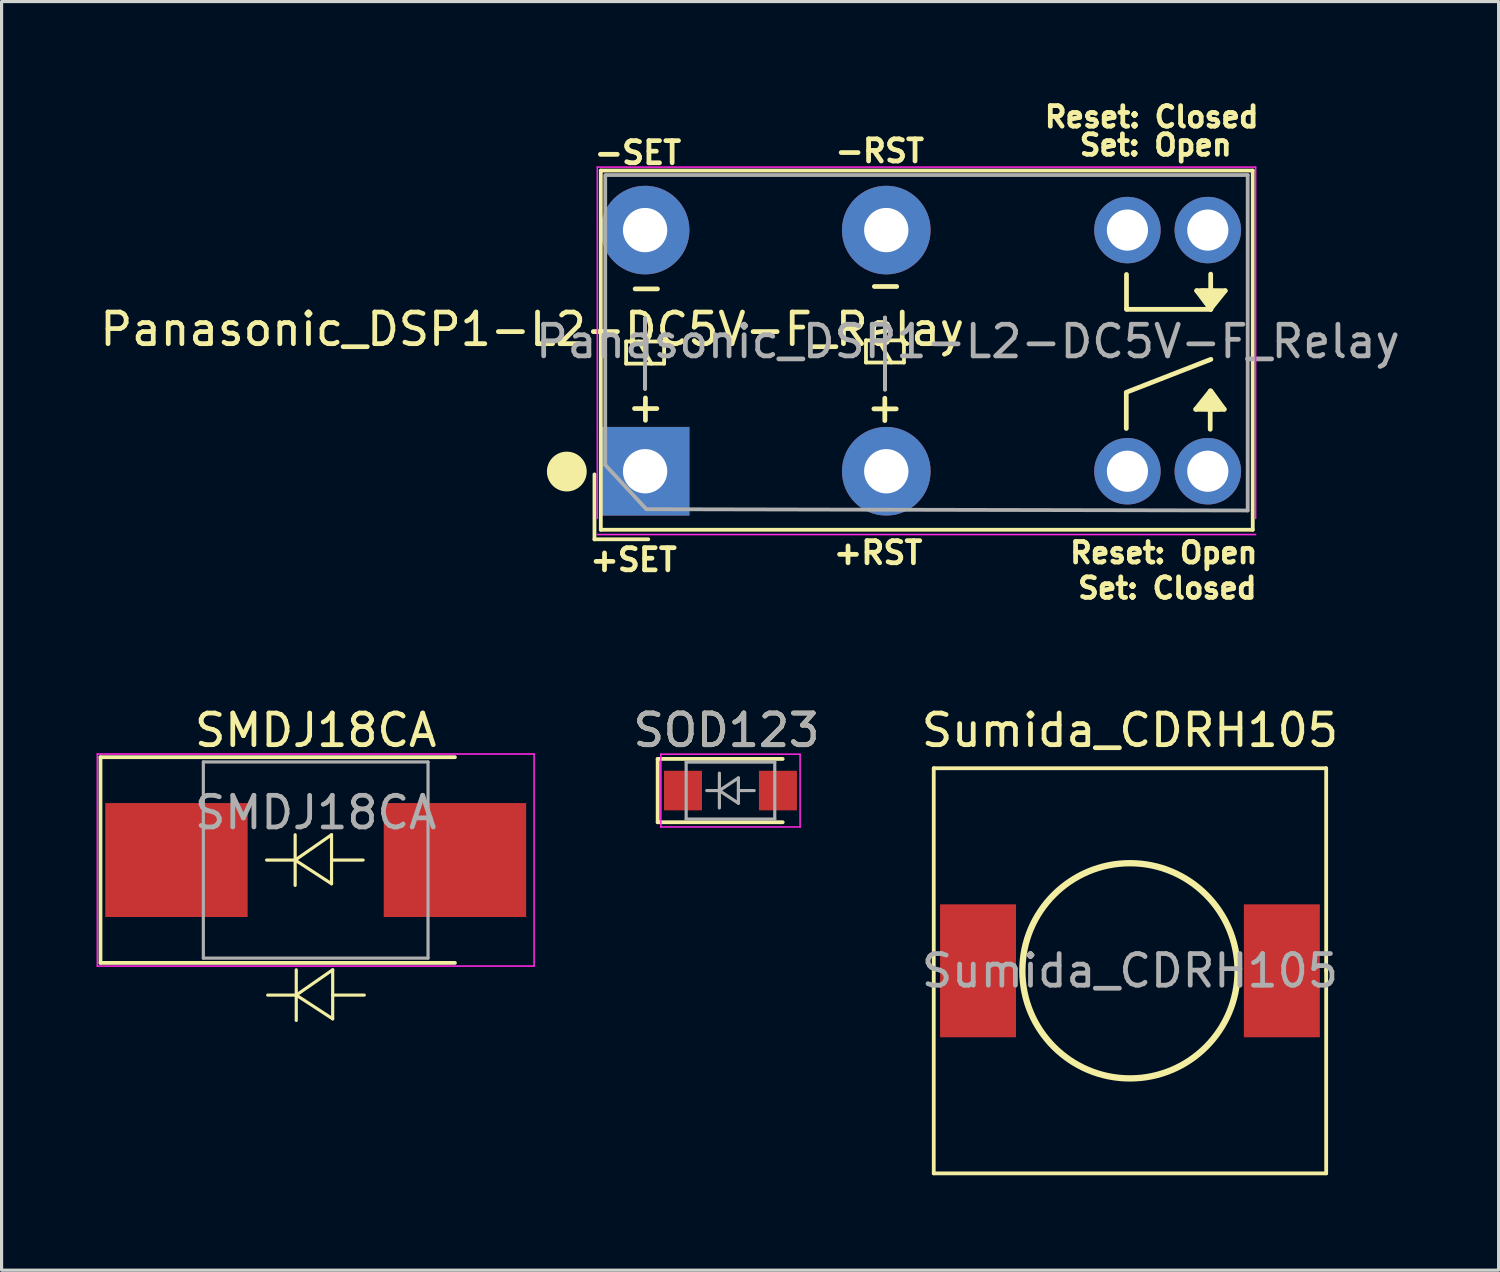
<source format=kicad_pcb>
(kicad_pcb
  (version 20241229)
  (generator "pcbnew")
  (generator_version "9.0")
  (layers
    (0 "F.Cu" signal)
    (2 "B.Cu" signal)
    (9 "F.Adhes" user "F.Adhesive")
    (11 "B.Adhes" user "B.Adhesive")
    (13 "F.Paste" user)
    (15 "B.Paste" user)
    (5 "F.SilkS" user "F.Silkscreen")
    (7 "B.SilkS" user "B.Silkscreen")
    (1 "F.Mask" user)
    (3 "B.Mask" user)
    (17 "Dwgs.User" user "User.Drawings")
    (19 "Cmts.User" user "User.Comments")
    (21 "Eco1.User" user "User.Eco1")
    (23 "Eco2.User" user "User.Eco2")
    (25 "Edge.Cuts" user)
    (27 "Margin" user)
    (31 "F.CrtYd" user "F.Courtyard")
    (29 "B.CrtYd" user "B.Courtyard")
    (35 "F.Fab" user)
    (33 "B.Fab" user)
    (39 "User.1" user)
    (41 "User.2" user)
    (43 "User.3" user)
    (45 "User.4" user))
  (footprint "SOD123"
    (layer "F.Cu")
    (at 20.031 21.93)
    (property "Reference" "SOD123" (at -0.127 -1.905 0) (layer "F.SilkS") (effects (font (size 1 1) (thickness 0.15))))
    (attr smd)
    (fp_line (start -2.301 -1) (end 1.65 -1) (stroke (width 0.12) (type solid)) (layer "F.SilkS"))
    (fp_line (start -2.301 1) (end 1.65 1) (stroke (width 0.12) (type solid)) (layer "F.SilkS"))
    (fp_line (start -2.3 -1) (end -2.3 1) (stroke (width 0.12) (type solid)) (layer "F.SilkS"))
    (fp_line (start -2.2 -1.15) (end -2.2 1.15) (stroke (width 0.05) (type solid)) (layer "F.CrtYd"))
    (fp_line (start -2.2 -1.15) (end 2.2 -1.15) (stroke (width 0.05) (type solid)) (layer "F.CrtYd"))
    (fp_line (start 2.2 -1.15) (end 2.2 1.15) (stroke (width 0.05) (type solid)) (layer "F.CrtYd"))
    (fp_line (start 2.2 1.15) (end -2.2 1.15) (stroke (width 0.05) (type solid)) (layer "F.CrtYd"))
    (fp_line (start -1.4 -0.9) (end 1.4 -0.9) (stroke (width 0.1) (type solid)) (layer "F.Fab"))
    (fp_line (start -1.4 0.9) (end -1.4 -0.9) (stroke (width 0.1) (type solid)) (layer "F.Fab"))
    (fp_line (start -0.75 0) (end -0.35 0) (stroke (width 0.1) (type solid)) (layer "F.Fab"))
    (fp_line (start -0.35 0) (end -0.35 -0.55) (stroke (width 0.1) (type solid)) (layer "F.Fab"))
    (fp_line (start -0.35 0) (end -0.35 0.55) (stroke (width 0.1) (type solid)) (layer "F.Fab"))
    (fp_line (start -0.35 0) (end 0.25 -0.4) (stroke (width 0.1) (type solid)) (layer "F.Fab"))
    (fp_line (start 0.25 -0.4) (end 0.25 0.4) (stroke (width 0.1) (type solid)) (layer "F.Fab"))
    (fp_line (start 0.25 0) (end 0.75 0) (stroke (width 0.1) (type solid)) (layer "F.Fab"))
    (fp_line (start 0.25 0.4) (end -0.35 0) (stroke (width 0.1) (type solid)) (layer "F.Fab"))
    (fp_line (start 1.4 -0.9) (end 1.4 0.9) (stroke (width 0.1) (type solid)) (layer "F.Fab"))
    (fp_line (start 1.4 0.9) (end -1.4 0.9) (stroke (width 0.1) (type solid)) (layer "F.Fab"))
    (fp_text user "${REFERENCE}" (at -0.127 -1.905 0) (layer "F.Fab") (effects (font (size 1 1) (thickness 0.15))))
    (pad "1" smd rect (at -1.5 0) (size 1.2 1.25) (layers "F.Cu" "F.Mask" "F.Paste"))
    (pad "2" smd rect (at 1.5 0) (size 1.2 1.25) (layers "F.Cu" "F.Mask" "F.Paste")))
  (footprint "Panasonic_DSP1-L2-DC5V-F_Relay"
    (layer "F.Cu")
    (at 17.334 11.84)
    (property "Reference" "Panasonic_DSP1-L2-DC5V-F_Relay" (at -3.566 -4.486 0) (layer "F.SilkS") (effects (font (size 1 1) (thickness 0.15))))
    (attr through_hole)
    (fp_line (start -1.6 2.154) (end -1.6 0.1) (stroke (width 0.12) (type solid)) (layer "F.SilkS"))
    (fp_line (start -1.4 -9.5) (end 19.2 -9.5) (stroke (width 0.12) (type solid)) (layer "F.SilkS"))
    (fp_line (start -1.4 1.849) (end -1.4 -9.5) (stroke (width 0.12) (type solid)) (layer "F.SilkS"))
    (fp_line (start -0.6 -4.1) (end -0.6 -3.4) (stroke (width 0.12) (type solid)) (layer "F.SilkS"))
    (fp_line (start -0.6 -3.4) (end 0.6 -3.4) (stroke (width 0.12) (type solid)) (layer "F.SilkS"))
    (fp_line (start -0.335 -1.981) (end 0.371 -1.981) (stroke (width 0.15) (type solid)) (layer "F.SilkS"))
    (fp_line (start -0.315 -5.761) (end 0.391 -5.761) (stroke (width 0.15) (type solid)) (layer "F.SilkS"))
    (fp_line (start 0 -4.1) (end 0 -4.836) (stroke (width 0.12) (type solid)) (layer "F.SilkS"))
    (fp_line (start 0 -3.4) (end 0 -2.606) (stroke (width 0.12) (type solid)) (layer "F.SilkS"))
    (fp_line (start 0.01 -2.316) (end 0.01 -1.61) (stroke (width 0.15) (type solid)) (layer "F.SilkS"))
    (fp_line (start 0.1 2.15) (end -1.6 2.15) (stroke (width 0.12) (type solid)) (layer "F.SilkS"))
    (fp_line (start 0.2 -3.4) (end -0.2 -4.1) (stroke (width 0.12) (type solid)) (layer "F.SilkS"))
    (fp_line (start 0.6 -4.1) (end -0.6 -4.1) (stroke (width 0.12) (type solid)) (layer "F.SilkS"))
    (fp_line (start 0.6 -3.4) (end 0.6 -4.1) (stroke (width 0.12) (type solid)) (layer "F.SilkS"))
    (fp_line (start 6.979 -4.136) (end 6.979 -3.436) (stroke (width 0.12) (type solid)) (layer "F.SilkS"))
    (fp_line (start 6.979 -3.436) (end 8.179 -3.436) (stroke (width 0.12) (type solid)) (layer "F.SilkS"))
    (fp_line (start 7.229 -1.971) (end 7.935 -1.971) (stroke (width 0.15) (type solid)) (layer "F.SilkS"))
    (fp_line (start 7.244 -5.837) (end 7.95 -5.837) (stroke (width 0.15) (type solid)) (layer "F.SilkS"))
    (fp_line (start 7.574 -2.306) (end 7.574 -1.6) (stroke (width 0.15) (type solid)) (layer "F.SilkS"))
    (fp_line (start 7.579 -4.136) (end 7.579 -4.856) (stroke (width 0.12) (type solid)) (layer "F.SilkS"))
    (fp_line (start 7.579 -3.436) (end 7.579 -2.581) (stroke (width 0.12) (type solid)) (layer "F.SilkS"))
    (fp_line (start 7.779 -3.436) (end 7.379 -4.136) (stroke (width 0.12) (type solid)) (layer "F.SilkS"))
    (fp_line (start 8.179 -4.136) (end 6.979 -4.136) (stroke (width 0.12) (type solid)) (layer "F.SilkS"))
    (fp_line (start 8.179 -3.436) (end 8.179 -4.136) (stroke (width 0.12) (type solid)) (layer "F.SilkS"))
    (fp_line (start 15.204 -2.494) (end 17.877 -3.536) (stroke (width 0.15) (type solid)) (layer "F.SilkS"))
    (fp_line (start 15.204 -1.351) (end 15.204 -2.469) (stroke (width 0.15) (type solid)) (layer "F.SilkS"))
    (fp_line (start 15.21 -6.218) (end 15.21 -5.121) (stroke (width 0.15) (type solid)) (layer "F.SilkS"))
    (fp_line (start 17.399 -1.958) (end 18.298 -1.958) (stroke (width 0.15) (type solid)) (layer "F.SilkS"))
    (fp_line (start 17.429 -5.705) (end 17.877 -5.116) (stroke (width 0.15) (type solid)) (layer "F.SilkS"))
    (fp_line (start 17.856 -1.326) (end 17.856 -2.53) (stroke (width 0.15) (type solid)) (layer "F.SilkS"))
    (fp_line (start 17.862 -2.537) (end 17.399 -1.958) (stroke (width 0.15) (type solid)) (layer "F.SilkS"))
    (fp_line (start 17.866 -5.126) (end 18.329 -5.705) (stroke (width 0.15) (type solid)) (layer "F.SilkS"))
    (fp_line (start 17.871 -6.228) (end 17.871 -5.121) (stroke (width 0.15) (type solid)) (layer "F.SilkS"))
    (fp_line (start 17.871 -5.116) (end 15.215 -5.116) (stroke (width 0.15) (type solid)) (layer "F.SilkS"))
    (fp_line (start 18.298 -1.958) (end 17.871 -2.54) (stroke (width 0.15) (type solid)) (layer "F.SilkS"))
    (fp_line (start 18.329 -5.705) (end 17.429 -5.705) (stroke (width 0.15) (type solid)) (layer "F.SilkS"))
    (fp_line (start 19.2 -9.5) (end 19.2 1.849) (stroke (width 0.12) (type solid)) (layer "F.SilkS"))
    (fp_line (start 19.2 1.85) (end -1.4 1.85) (stroke (width 0.12) (type solid)) (layer "F.SilkS"))
    (fp_circle (center -2.474 0.01) (end -1.996 0.29) (stroke (width 0.15) (type solid)) (fill no) (layer "F.SilkS"))
    (fp_poly (pts (xy 17.506 -5.659) (xy 17.836 -5.161) (xy 18.283 -5.685) (xy 17.587 -5.705)) (stroke (width 0.15) (type solid)) (fill yes) (layer "F.SilkS"))
    (fp_poly (pts (xy 18.222 -2.004) (xy 17.892 -2.502) (xy 17.445 -1.978) (xy 18.141 -1.958)) (stroke (width 0.15) (type solid)) (fill yes) (layer "F.SilkS"))
    (fp_poly (pts (xy -2.992 -0.056) (xy -2.84 0.386) (xy -2.55 0.513) (xy -2.347 0.513) (xy -2.149 0.427) (xy -2.052 0.325) (xy -1.976 0.152) (xy -1.956 -0.005) (xy -1.976 -0.178) (xy -2.103 -0.33) (xy -2.22 -0.447) (xy -2.413 -0.493) (xy -2.631 -0.488) (xy -2.809 -0.396) (xy -2.926 -0.254)) (stroke (width 0.15) (type solid)) (fill yes) (layer "F.SilkS"))
    (fp_line (start -1.51 -9.611) (end -1.51 1.49) (stroke (width 0.05) (type solid)) (layer "F.CrtYd"))
    (fp_line (start -1.51 -9.61) (end 19.29 -9.61) (stroke (width 0.05) (type solid)) (layer "F.CrtYd"))
    (fp_line (start 19.29 1.49) (end 19.29 -9.611) (stroke (width 0.05) (type solid)) (layer "F.CrtYd"))
    (fp_line (start 19.29 2) (end -1.51 2) (stroke (width 0.05) (type solid)) (layer "F.CrtYd"))
    (fp_line (start -1.26 -0.2) (end -1.26 -9.357) (stroke (width 0.12) (type solid)) (layer "F.Fab"))
    (fp_line (start -1.22 -9.36) (end 19.04 -9.36) (stroke (width 0.12) (type solid)) (layer "F.Fab"))
    (fp_line (start 0 -2.606) (end 0 -4.841) (stroke (width 0.12) (type solid)) (layer "F.Fab"))
    (fp_line (start 0.04 1.2) (end -1.26 -0.2) (stroke (width 0.12) (type solid)) (layer "F.Fab"))
    (fp_line (start 7.579 -2.581) (end 7.579 -4.851) (stroke (width 0.12) (type solid)) (layer "F.Fab"))
    (fp_line (start 19.04 -9.357) (end 19.04 1.24) (stroke (width 0.12) (type solid)) (layer "F.Fab"))
    (fp_line (start 19.04 1.24) (end 0.04 1.2) (stroke (width 0.12) (type solid)) (layer "F.Fab"))
    (fp_text user "Set: Closed" (at 16.5 3.693 0) (layer "F.SilkS") (effects (font (size 0.65 0.65) (thickness 0.15))))
    (fp_text user "Reset: Open" (at 16.388 2.576 0) (layer "F.SilkS") (effects (font (size 0.65 0.65) (thickness 0.15))))
    (fp_text user "-SET" (at -0.229 -10.063 180) (layer "F.SilkS") (effects (font (size 0.7 0.7) (thickness 0.15))))
    (fp_text user "-RST" (at 7.412 -10.119 180) (layer "F.SilkS") (effects (font (size 0.7 0.7) (thickness 0.15))))
    (fp_text user "Set: Open" (at 16.134 -10.307 0) (layer "F.SilkS") (effects (font (size 0.65 0.65) (thickness 0.15))))
    (fp_text user "Reset: Closed" (at 16.007 -11.196 0) (layer "F.SilkS") (effects (font (size 0.65 0.65) (thickness 0.15))))
    (fp_text user "+RST" (at 7.361 2.576 180) (layer "F.SilkS") (effects (font (size 0.7 0.7) (thickness 0.15))))
    (fp_text user "+SET" (at -0.366 2.799 180) (layer "F.SilkS") (effects (font (size 0.7 0.7) (thickness 0.15))))
    (fp_text user "${REFERENCE}" (at 10.2 -4.1 180) (layer "F.Fab") (effects (font (size 1 1) (thickness 0.15))))
    (pad "1" thru_hole circle (at 17.78 0 90) (size 2.1 2.1) (drill 1.3) (layers "*.Cu" "*.Mask"))
    (pad "2" thru_hole circle (at 15.24 0 90) (size 2.1 2.1) (drill 1.3) (layers "*.Cu" "*.Mask"))
    (pad "5" thru_hole circle (at 7.62 0 90) (size 2.8 2.8) (drill 1.4) (layers "*.Cu" "*.Mask"))
    (pad "8" thru_hole rect (at 0 0 90) (size 2.8 2.8) (drill 1.4) (layers "*.Cu" "*.Mask"))
    (pad "9" thru_hole circle (at 0 -7.62 90) (size 2.8 2.8) (drill 1.4) (layers "*.Cu" "*.Mask"))
    (pad "12" thru_hole circle (at 7.62 -7.62 90) (size 2.8 2.8) (drill 1.4) (layers "*.Cu" "*.Mask"))
    (pad "15" thru_hole circle (at 15.24 -7.62 90) (size 2.1 2.1) (drill 1.3) (layers "*.Cu" "*.Mask"))
    (pad "16" thru_hole circle (at 17.78 -7.62 180) (size 2.1 2.1) (drill 1.3) (layers "*.Cu" "*.Mask")))
  (footprint "Sumida_CDRH105"
    (layer "F.Cu")
    (at 32.654 27.625)
    (property "Reference" "Sumida_CDRH105" (at 0 -7.6 0) (layer "F.SilkS") (effects (font (size 1 1) (thickness 0.15))))
    (attr smd)
    (fp_line (start -6.2 -6.4) (end 6.2 -6.4) (stroke (width 0.12) (type solid)) (layer "F.SilkS"))
    (fp_line (start -6.2 0) (end -6.2 -6.4) (stroke (width 0.12) (type solid)) (layer "F.SilkS"))
    (fp_line (start -6.2 6.4) (end -6.2 0) (stroke (width 0.12) (type solid)) (layer "F.SilkS"))
    (fp_line (start 6.2 -6.4) (end 6.2 0) (stroke (width 0.12) (type solid)) (layer "F.SilkS"))
    (fp_line (start 6.2 0) (end 6.2 6.4) (stroke (width 0.12) (type solid)) (layer "F.SilkS"))
    (fp_line (start 6.2 6.4) (end -6.2 6.4) (stroke (width 0.12) (type solid)) (layer "F.SilkS"))
    (fp_circle (center 0 0) (end 3.4 0) (stroke (width 0.2) (type solid)) (fill no) (layer "F.SilkS"))
    (fp_text user "${REFERENCE}" (at 0 0 0) (layer "F.Fab") (effects (font (size 1 1) (thickness 0.15))))
    (pad "1" smd rect (at -4.8 0) (size 2.4 4.2) (layers "F.Cu" "F.Mask" "F.Paste"))
    (pad "2" smd rect (at 4.8 0) (size 2.4 4.2) (layers "F.Cu" "F.Mask" "F.Paste")))
  (footprint "SMDJ18CA"
    (layer "F.Cu")
    (at 6.925 24.125)
    (property "Reference" "SMDJ18CA" (at 0 -4.1 0) (layer "F.SilkS") (effects (font (size 1 1) (thickness 0.15))))
    (attr smd)
    (fp_line (start -6.8 -3.25) (end 4.4 -3.25) (stroke (width 0.12) (type solid)) (layer "F.SilkS"))
    (fp_line (start -6.8 3.25) (end -6.8 -3.25) (stroke (width 0.12) (type solid)) (layer "F.SilkS"))
    (fp_line (start -6.8 3.25) (end 4.4 3.25) (stroke (width 0.12) (type solid)) (layer "F.SilkS"))
    (fp_line (start -0.649 -0.799) (end -0.649 0.801) (stroke (width 0.1) (type solid)) (layer "F.SilkS"))
    (fp_line (start -0.649 0.001) (end -1.551 0.001) (stroke (width 0.1) (type solid)) (layer "F.SilkS"))
    (fp_line (start -0.649 0.001) (end 0.501 -0.799) (stroke (width 0.1) (type solid)) (layer "F.SilkS"))
    (fp_line (start -0.649 0.001) (end 0.501 0.75) (stroke (width 0.1) (type solid)) (layer "F.SilkS"))
    (fp_line (start -0.614 3.468) (end -0.614 5.068) (stroke (width 0.1) (type solid)) (layer "F.SilkS"))
    (fp_line (start -0.614 4.268) (end -1.516 4.268) (stroke (width 0.1) (type solid)) (layer "F.SilkS"))
    (fp_line (start -0.614 4.268) (end 0.537 3.468) (stroke (width 0.1) (type solid)) (layer "F.SilkS"))
    (fp_line (start -0.614 4.268) (end 0.537 5.018) (stroke (width 0.1) (type solid)) (layer "F.SilkS"))
    (fp_line (start 0.501 0.001) (end 1.499 0.001) (stroke (width 0.1) (type solid)) (layer "F.SilkS"))
    (fp_line (start 0.501 0.75) (end 0.501 -0.799) (stroke (width 0.1) (type solid)) (layer "F.SilkS"))
    (fp_line (start 0.537 4.268) (end 1.535 4.268) (stroke (width 0.1) (type solid)) (layer "F.SilkS"))
    (fp_line (start 0.537 5.018) (end 0.537 3.468) (stroke (width 0.1) (type solid)) (layer "F.SilkS"))
    (fp_line (start -6.9 -3.35) (end 6.9 -3.35) (stroke (width 0.05) (type solid)) (layer "F.CrtYd"))
    (fp_line (start -6.9 3.35) (end -6.9 -3.35) (stroke (width 0.05) (type solid)) (layer "F.CrtYd"))
    (fp_line (start 6.9 -3.35) (end 6.9 3.35) (stroke (width 0.05) (type solid)) (layer "F.CrtYd"))
    (fp_line (start 6.9 3.35) (end -6.9 3.35) (stroke (width 0.05) (type solid)) (layer "F.CrtYd"))
    (fp_line (start -3.55 3.1) (end -3.55 -3.1) (stroke (width 0.1) (type solid)) (layer "F.Fab"))
    (fp_line (start 3.55 -3.1) (end -3.55 -3.1) (stroke (width 0.1) (type solid)) (layer "F.Fab"))
    (fp_line (start 3.55 -3.1) (end 3.55 3.1) (stroke (width 0.1) (type solid)) (layer "F.Fab"))
    (fp_line (start 3.55 3.1) (end -3.55 3.1) (stroke (width 0.1) (type solid)) (layer "F.Fab"))
    (fp_text user "${REFERENCE}" (at 0 -1.5 0) (layer "F.Fab") (effects (font (size 1 1) (thickness 0.15))))
    (pad "1" smd rect (at -4.4 0 90) (size 3.6 4.5) (layers "F.Cu" "F.Mask" "F.Paste"))
    (pad "2" smd rect (at 4.4 0 90) (size 3.6 4.5) (layers "F.Cu" "F.Mask" "F.Paste")))
  (gr_rect
    (start -3 -3)
    (end 44.302 37.085)
    (stroke (width 0.1) (type default))
    (fill no)
    (layer "Edge.Cuts")))
</source>
